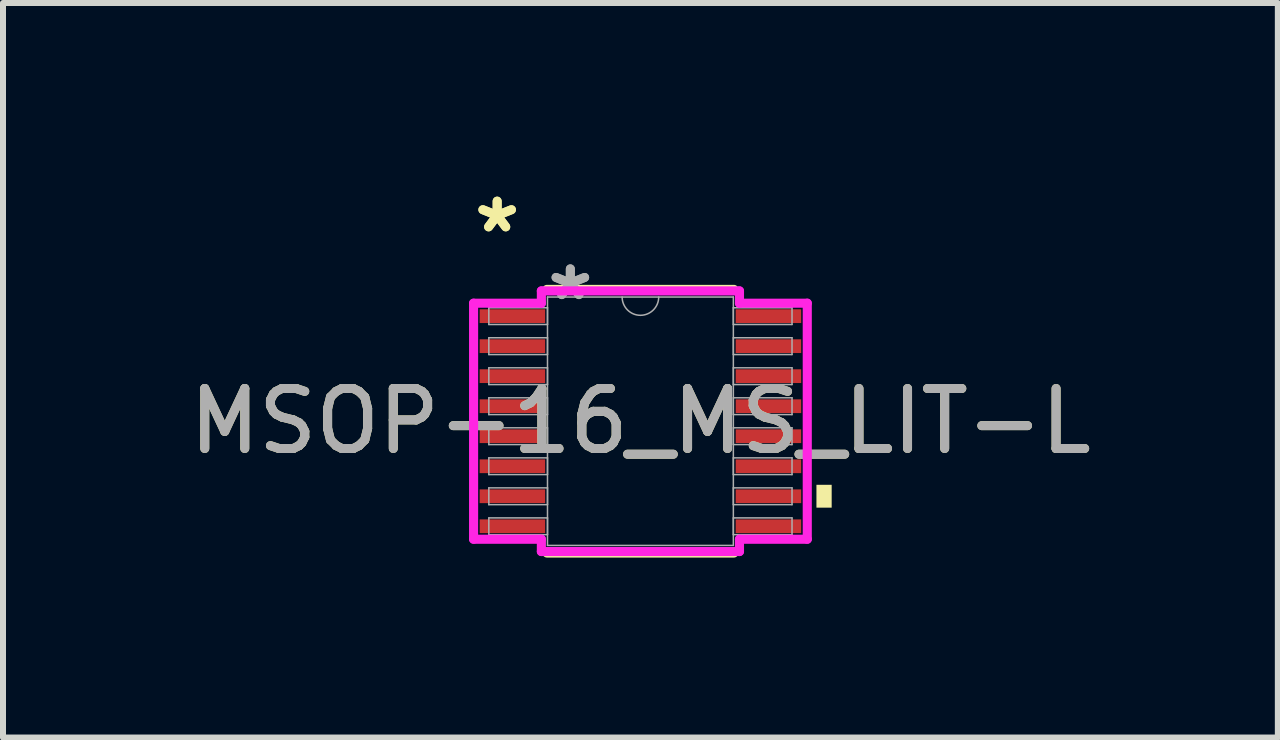
<source format=kicad_pcb>
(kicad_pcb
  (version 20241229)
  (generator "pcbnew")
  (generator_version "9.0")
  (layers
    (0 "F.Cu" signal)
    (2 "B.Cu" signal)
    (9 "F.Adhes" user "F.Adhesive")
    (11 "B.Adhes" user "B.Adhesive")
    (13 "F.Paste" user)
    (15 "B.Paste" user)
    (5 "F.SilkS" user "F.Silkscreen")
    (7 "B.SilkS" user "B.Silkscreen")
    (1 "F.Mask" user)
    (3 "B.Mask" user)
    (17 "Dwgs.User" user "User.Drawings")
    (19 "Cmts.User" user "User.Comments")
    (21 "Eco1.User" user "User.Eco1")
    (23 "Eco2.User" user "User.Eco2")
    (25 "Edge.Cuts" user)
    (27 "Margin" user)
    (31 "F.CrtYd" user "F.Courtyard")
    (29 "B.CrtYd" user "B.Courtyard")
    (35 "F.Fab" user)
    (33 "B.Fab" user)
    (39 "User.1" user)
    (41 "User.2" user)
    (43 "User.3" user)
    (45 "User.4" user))
  (footprint "MSOP-16_MS_LIT-L"
    (layer "F.Cu")
    (at 7.625 3.971)
    (property "Reference" "MSOP-16_MS_LIT-L" (at 0 0 0) (unlocked yes) (layer "F.SilkS") (effects (font (size 1 1) (thickness 0.15))))
    (attr smd)
    (fp_line (start -1.558 2.197) (end 1.558 2.197) (stroke (width 0.152) (type solid)) (layer "F.SilkS"))
    (fp_line (start 1.558 -2.197) (end -1.558 -2.197) (stroke (width 0.152) (type solid)) (layer "F.SilkS"))
    (fp_poly (pts (xy 3.188 1.06) (xy 3.188 1.441) (xy 2.934 1.441) (xy 2.934 1.06)) (stroke (width 0) (type solid)) (fill yes) (layer "F.SilkS"))
    (fp_line (start -2.781 -1.967) (end -1.651 -1.967) (stroke (width 0.152) (type solid)) (layer "F.CrtYd"))
    (fp_line (start -2.781 1.967) (end -2.781 -1.967) (stroke (width 0.152) (type solid)) (layer "F.CrtYd"))
    (fp_line (start -2.781 1.967) (end -1.651 1.967) (stroke (width 0.152) (type solid)) (layer "F.CrtYd"))
    (fp_line (start -1.651 -2.172) (end 1.651 -2.172) (stroke (width 0.152) (type solid)) (layer "F.CrtYd"))
    (fp_line (start -1.651 -1.967) (end -1.651 -2.172) (stroke (width 0.152) (type solid)) (layer "F.CrtYd"))
    (fp_line (start -1.651 2.172) (end -1.651 1.967) (stroke (width 0.152) (type solid)) (layer "F.CrtYd"))
    (fp_line (start 1.651 -2.172) (end 1.651 -1.967) (stroke (width 0.152) (type solid)) (layer "F.CrtYd"))
    (fp_line (start 1.651 1.967) (end 1.651 2.172) (stroke (width 0.152) (type solid)) (layer "F.CrtYd"))
    (fp_line (start 1.651 2.172) (end -1.651 2.172) (stroke (width 0.152) (type solid)) (layer "F.CrtYd"))
    (fp_line (start 2.781 -1.967) (end 1.651 -1.967) (stroke (width 0.152) (type solid)) (layer "F.CrtYd"))
    (fp_line (start 2.781 -1.967) (end 2.781 1.967) (stroke (width 0.152) (type solid)) (layer "F.CrtYd"))
    (fp_line (start 2.781 1.967) (end 1.651 1.967) (stroke (width 0.152) (type solid)) (layer "F.CrtYd"))
    (fp_line (start -2.527 -1.891) (end -2.527 -1.612) (stroke (width 0.025) (type solid)) (layer "F.Fab"))
    (fp_line (start -2.527 -1.612) (end -1.549 -1.612) (stroke (width 0.025) (type solid)) (layer "F.Fab"))
    (fp_line (start -2.527 -1.391) (end -2.527 -1.111) (stroke (width 0.025) (type solid)) (layer "F.Fab"))
    (fp_line (start -2.527 -1.111) (end -1.549 -1.111) (stroke (width 0.025) (type solid)) (layer "F.Fab"))
    (fp_line (start -2.527 -0.89) (end -2.527 -0.611) (stroke (width 0.025) (type solid)) (layer "F.Fab"))
    (fp_line (start -2.527 -0.611) (end -1.549 -0.611) (stroke (width 0.025) (type solid)) (layer "F.Fab"))
    (fp_line (start -2.527 -0.39) (end -2.527 -0.11) (stroke (width 0.025) (type solid)) (layer "F.Fab"))
    (fp_line (start -2.527 -0.11) (end -1.549 -0.11) (stroke (width 0.025) (type solid)) (layer "F.Fab"))
    (fp_line (start -2.527 0.11) (end -2.527 0.39) (stroke (width 0.025) (type solid)) (layer "F.Fab"))
    (fp_line (start -2.527 0.39) (end -1.549 0.39) (stroke (width 0.025) (type solid)) (layer "F.Fab"))
    (fp_line (start -2.527 0.611) (end -2.527 0.89) (stroke (width 0.025) (type solid)) (layer "F.Fab"))
    (fp_line (start -2.527 0.89) (end -1.549 0.89) (stroke (width 0.025) (type solid)) (layer "F.Fab"))
    (fp_line (start -2.527 1.111) (end -2.527 1.391) (stroke (width 0.025) (type solid)) (layer "F.Fab"))
    (fp_line (start -2.527 1.391) (end -1.549 1.391) (stroke (width 0.025) (type solid)) (layer "F.Fab"))
    (fp_line (start -2.527 1.612) (end -2.527 1.891) (stroke (width 0.025) (type solid)) (layer "F.Fab"))
    (fp_line (start -2.527 1.891) (end -1.549 1.891) (stroke (width 0.025) (type solid)) (layer "F.Fab"))
    (fp_line (start -1.549 -2.07) (end -1.549 2.07) (stroke (width 0.025) (type solid)) (layer "F.Fab"))
    (fp_line (start -1.549 -1.891) (end -2.527 -1.891) (stroke (width 0.025) (type solid)) (layer "F.Fab"))
    (fp_line (start -1.549 -1.612) (end -1.549 -1.891) (stroke (width 0.025) (type solid)) (layer "F.Fab"))
    (fp_line (start -1.549 -1.391) (end -2.527 -1.391) (stroke (width 0.025) (type solid)) (layer "F.Fab"))
    (fp_line (start -1.549 -1.111) (end -1.549 -1.391) (stroke (width 0.025) (type solid)) (layer "F.Fab"))
    (fp_line (start -1.549 -0.89) (end -2.527 -0.89) (stroke (width 0.025) (type solid)) (layer "F.Fab"))
    (fp_line (start -1.549 -0.611) (end -1.549 -0.89) (stroke (width 0.025) (type solid)) (layer "F.Fab"))
    (fp_line (start -1.549 -0.39) (end -2.527 -0.39) (stroke (width 0.025) (type solid)) (layer "F.Fab"))
    (fp_line (start -1.549 -0.11) (end -1.549 -0.39) (stroke (width 0.025) (type solid)) (layer "F.Fab"))
    (fp_line (start -1.549 0.11) (end -2.527 0.11) (stroke (width 0.025) (type solid)) (layer "F.Fab"))
    (fp_line (start -1.549 0.39) (end -1.549 0.11) (stroke (width 0.025) (type solid)) (layer "F.Fab"))
    (fp_line (start -1.549 0.611) (end -2.527 0.611) (stroke (width 0.025) (type solid)) (layer "F.Fab"))
    (fp_line (start -1.549 0.89) (end -1.549 0.611) (stroke (width 0.025) (type solid)) (layer "F.Fab"))
    (fp_line (start -1.549 1.111) (end -2.527 1.111) (stroke (width 0.025) (type solid)) (layer "F.Fab"))
    (fp_line (start -1.549 1.391) (end -1.549 1.111) (stroke (width 0.025) (type solid)) (layer "F.Fab"))
    (fp_line (start -1.549 1.612) (end -2.527 1.612) (stroke (width 0.025) (type solid)) (layer "F.Fab"))
    (fp_line (start -1.549 1.891) (end -1.549 1.612) (stroke (width 0.025) (type solid)) (layer "F.Fab"))
    (fp_line (start -1.549 2.07) (end 1.549 2.07) (stroke (width 0.025) (type solid)) (layer "F.Fab"))
    (fp_line (start 1.549 -2.07) (end -1.549 -2.07) (stroke (width 0.025) (type solid)) (layer "F.Fab"))
    (fp_line (start 1.549 -1.891) (end 1.549 -1.612) (stroke (width 0.025) (type solid)) (layer "F.Fab"))
    (fp_line (start 1.549 -1.612) (end 2.527 -1.612) (stroke (width 0.025) (type solid)) (layer "F.Fab"))
    (fp_line (start 1.549 -1.391) (end 1.549 -1.111) (stroke (width 0.025) (type solid)) (layer "F.Fab"))
    (fp_line (start 1.549 -1.111) (end 2.527 -1.111) (stroke (width 0.025) (type solid)) (layer "F.Fab"))
    (fp_line (start 1.549 -0.89) (end 1.549 -0.611) (stroke (width 0.025) (type solid)) (layer "F.Fab"))
    (fp_line (start 1.549 -0.611) (end 2.527 -0.611) (stroke (width 0.025) (type solid)) (layer "F.Fab"))
    (fp_line (start 1.549 -0.39) (end 1.549 -0.11) (stroke (width 0.025) (type solid)) (layer "F.Fab"))
    (fp_line (start 1.549 -0.11) (end 2.527 -0.11) (stroke (width 0.025) (type solid)) (layer "F.Fab"))
    (fp_line (start 1.549 0.11) (end 1.549 0.39) (stroke (width 0.025) (type solid)) (layer "F.Fab"))
    (fp_line (start 1.549 0.39) (end 2.527 0.39) (stroke (width 0.025) (type solid)) (layer "F.Fab"))
    (fp_line (start 1.549 0.611) (end 1.549 0.89) (stroke (width 0.025) (type solid)) (layer "F.Fab"))
    (fp_line (start 1.549 0.89) (end 2.527 0.89) (stroke (width 0.025) (type solid)) (layer "F.Fab"))
    (fp_line (start 1.549 1.111) (end 1.549 1.391) (stroke (width 0.025) (type solid)) (layer "F.Fab"))
    (fp_line (start 1.549 1.391) (end 2.527 1.391) (stroke (width 0.025) (type solid)) (layer "F.Fab"))
    (fp_line (start 1.549 1.612) (end 1.549 1.891) (stroke (width 0.025) (type solid)) (layer "F.Fab"))
    (fp_line (start 1.549 1.891) (end 2.527 1.891) (stroke (width 0.025) (type solid)) (layer "F.Fab"))
    (fp_line (start 1.549 2.07) (end 1.549 -2.07) (stroke (width 0.025) (type solid)) (layer "F.Fab"))
    (fp_line (start 2.527 -1.891) (end 1.549 -1.891) (stroke (width 0.025) (type solid)) (layer "F.Fab"))
    (fp_line (start 2.527 -1.612) (end 2.527 -1.891) (stroke (width 0.025) (type solid)) (layer "F.Fab"))
    (fp_line (start 2.527 -1.391) (end 1.549 -1.391) (stroke (width 0.025) (type solid)) (layer "F.Fab"))
    (fp_line (start 2.527 -1.111) (end 2.527 -1.391) (stroke (width 0.025) (type solid)) (layer "F.Fab"))
    (fp_line (start 2.527 -0.89) (end 1.549 -0.89) (stroke (width 0.025) (type solid)) (layer "F.Fab"))
    (fp_line (start 2.527 -0.611) (end 2.527 -0.89) (stroke (width 0.025) (type solid)) (layer "F.Fab"))
    (fp_line (start 2.527 -0.39) (end 1.549 -0.39) (stroke (width 0.025) (type solid)) (layer "F.Fab"))
    (fp_line (start 2.527 -0.11) (end 2.527 -0.39) (stroke (width 0.025) (type solid)) (layer "F.Fab"))
    (fp_line (start 2.527 0.11) (end 1.549 0.11) (stroke (width 0.025) (type solid)) (layer "F.Fab"))
    (fp_line (start 2.527 0.39) (end 2.527 0.11) (stroke (width 0.025) (type solid)) (layer "F.Fab"))
    (fp_line (start 2.527 0.611) (end 1.549 0.611) (stroke (width 0.025) (type solid)) (layer "F.Fab"))
    (fp_line (start 2.527 0.89) (end 2.527 0.611) (stroke (width 0.025) (type solid)) (layer "F.Fab"))
    (fp_line (start 2.527 1.111) (end 1.549 1.111) (stroke (width 0.025) (type solid)) (layer "F.Fab"))
    (fp_line (start 2.527 1.391) (end 2.527 1.111) (stroke (width 0.025) (type solid)) (layer "F.Fab"))
    (fp_line (start 2.527 1.612) (end 1.549 1.612) (stroke (width 0.025) (type solid)) (layer "F.Fab"))
    (fp_line (start 2.527 1.891) (end 2.527 1.612) (stroke (width 0.025) (type solid)) (layer "F.Fab"))
    (fp_arc (start 0.3048 -2.0701) (mid 0 -1.7653) (end -0.3048 -2.0701) (stroke (width 0.0254) (type solid)) (layer "F.Fab"))
    (fp_text user "*" (at -2.388 -3.123 0) (unlocked yes) (layer "F.SilkS") (effects (font (size 1 1) (thickness 0.15))))
    (fp_text user "*" (at -2.388 -3.123 0) (layer "F.SilkS") (effects (font (size 1 1) (thickness 0.15))))
    (fp_text user "*" (at -1.168 -1.994 0) (unlocked yes) (layer "F.Fab") (effects (font (size 1 1) (thickness 0.15))))
    (fp_text user "*" (at -1.168 -1.994 0) (layer "F.Fab") (effects (font (size 1 1) (thickness 0.15))))
    (fp_text user "${REFERENCE}" (at 0 0 0) (unlocked yes) (layer "F.Fab") (effects (font (size 1 1) (thickness 0.15))))
    (pad "1" smd rect (at -2.134 -1.751) (size 1.092 0.229) (layers "F.Cu" "F.Mask" "F.Paste"))
    (pad "2" smd rect (at -2.134 -1.251) (size 1.092 0.229) (layers "F.Cu" "F.Mask" "F.Paste"))
    (pad "3" smd rect (at -2.134 -0.751) (size 1.092 0.229) (layers "F.Cu" "F.Mask" "F.Paste"))
    (pad "4" smd rect (at -2.134 -0.25) (size 1.092 0.229) (layers "F.Cu" "F.Mask" "F.Paste"))
    (pad "5" smd rect (at -2.134 0.25) (size 1.092 0.229) (layers "F.Cu" "F.Mask" "F.Paste"))
    (pad "6" smd rect (at -2.134 0.751) (size 1.092 0.229) (layers "F.Cu" "F.Mask" "F.Paste"))
    (pad "7" smd rect (at -2.134 1.251) (size 1.092 0.229) (layers "F.Cu" "F.Mask" "F.Paste"))
    (pad "8" smd rect (at -2.134 1.751) (size 1.092 0.229) (layers "F.Cu" "F.Mask" "F.Paste"))
    (pad "9" smd rect (at 2.134 1.751) (size 1.092 0.229) (layers "F.Cu" "F.Mask" "F.Paste"))
    (pad "10" smd rect (at 2.134 1.251) (size 1.092 0.229) (layers "F.Cu" "F.Mask" "F.Paste"))
    (pad "11" smd rect (at 2.134 0.751) (size 1.092 0.229) (layers "F.Cu" "F.Mask" "F.Paste"))
    (pad "12" smd rect (at 2.134 0.25) (size 1.092 0.229) (layers "F.Cu" "F.Mask" "F.Paste"))
    (pad "13" smd rect (at 2.134 -0.25) (size 1.092 0.229) (layers "F.Cu" "F.Mask" "F.Paste"))
    (pad "14" smd rect (at 2.134 -0.751) (size 1.092 0.229) (layers "F.Cu" "F.Mask" "F.Paste"))
    (pad "15" smd rect (at 2.134 -1.251) (size 1.092 0.229) (layers "F.Cu" "F.Mask" "F.Paste"))
    (pad "16" smd rect (at 2.134 -1.751) (size 1.092 0.229) (layers "F.Cu" "F.Mask" "F.Paste")))
  (gr_rect
    (start -3 -3)
    (end 18.25 9.244)
    (stroke (width 0.1) (type default))
    (fill no)
    (layer "Edge.Cuts")))
</source>
